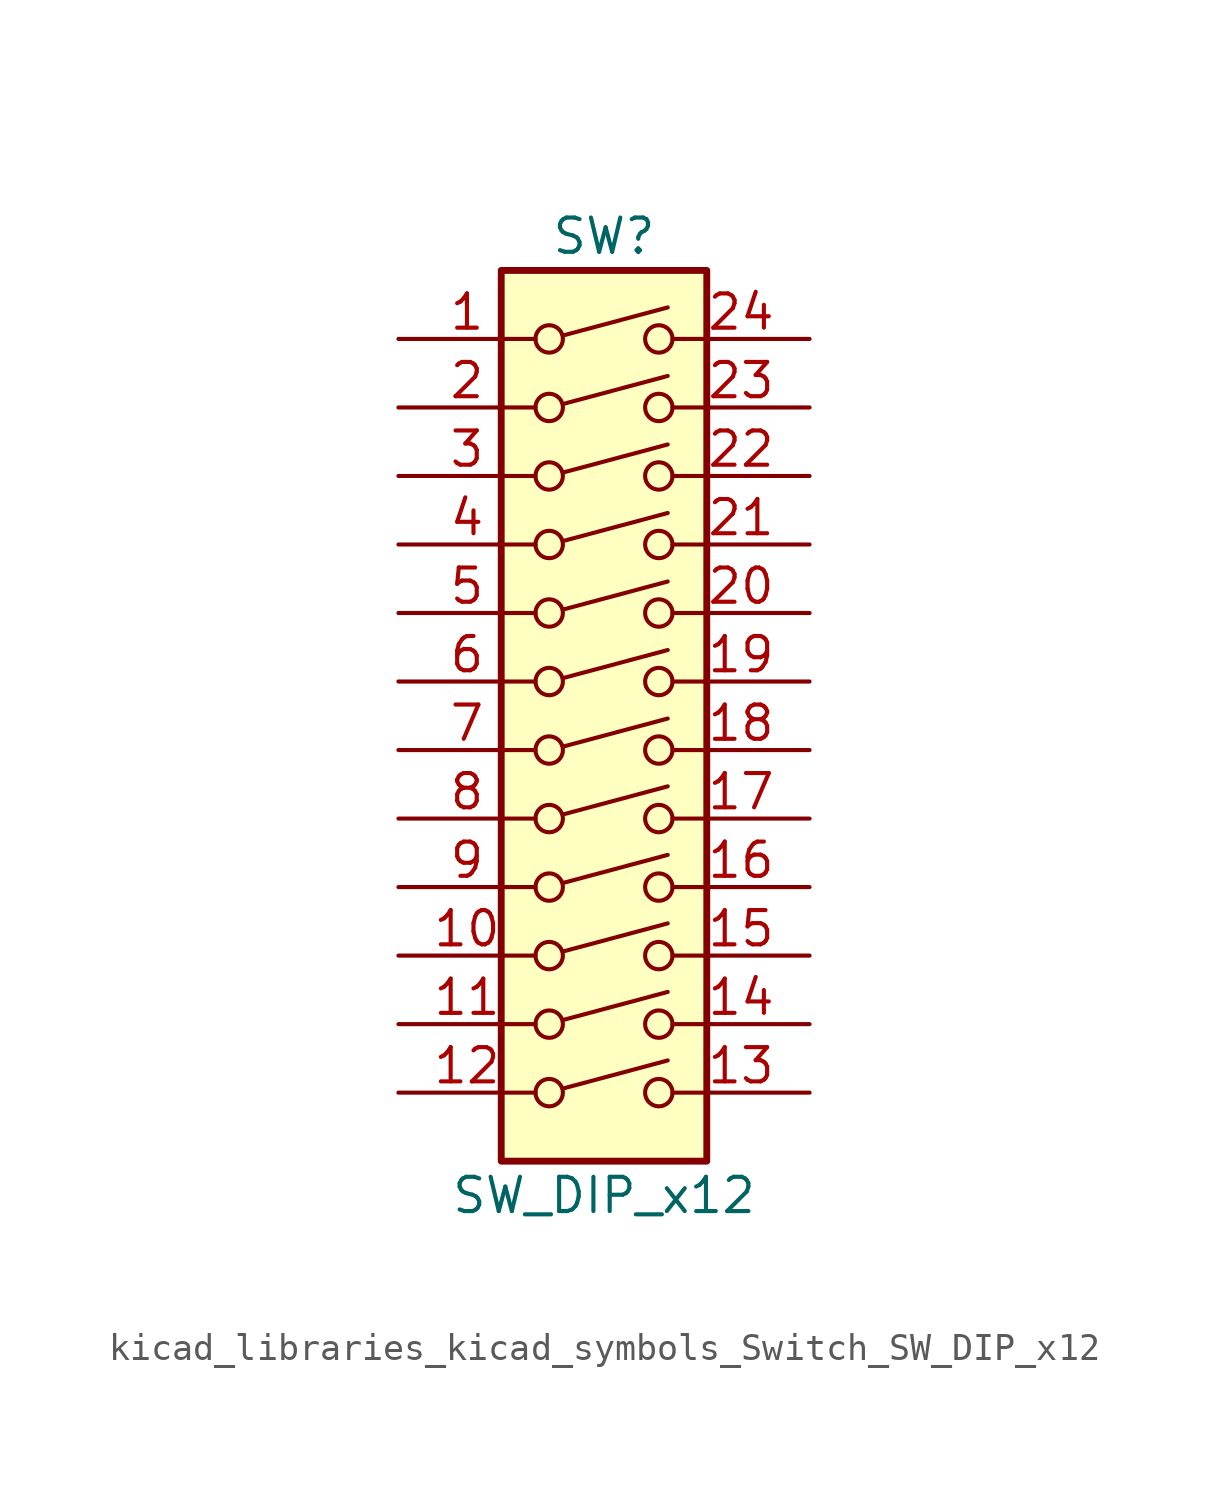
<source format=kicad_sym>
(kicad_symbol_lib
  (version 20220914)
  (generator kicad_symbol_editor)
  (symbol "kicad_libraries_kicad_symbols_Switch_SW_DIP_x12"
    (pin_names
      (offset 0) hide)
    (property "Reference" "SW"
      (at 0 19.05 0)
      (effects (font (size 1.27 1.27))))
    (property "Value" "SW_DIP_x12"
      (at 0 -16.51 0)
      (effects (font (size 1.27 1.27))))
    (symbol "kicad_libraries_kicad_symbols_Switch_SW_DIP_x12_0_0"
      (circle (center -2.032 -12.7) (radius 0.508) (stroke (width 0) (type default)) (fill (type none)))
      (circle (center -2.032 -10.16) (radius 0.508) (stroke (width 0) (type default)) (fill (type none)))
      (circle (center -2.032 -7.62) (radius 0.508) (stroke (width 0) (type default)) (fill (type none)))
      (circle (center -2.032 -5.08) (radius 0.508) (stroke (width 0) (type default)) (fill (type none)))
      (circle (center -2.032 -2.54) (radius 0.508) (stroke (width 0) (type default)) (fill (type none)))
      (circle (center -2.032 0) (radius 0.508) (stroke (width 0) (type default)) (fill (type none)))
      (circle (center -2.032 2.54) (radius 0.508) (stroke (width 0) (type default)) (fill (type none)))
      (circle (center -2.032 5.08) (radius 0.508) (stroke (width 0) (type default)) (fill (type none)))
      (circle (center -2.032 7.62) (radius 0.508) (stroke (width 0) (type default)) (fill (type none)))
      (circle (center -2.032 10.16) (radius 0.508) (stroke (width 0) (type default)) (fill (type none)))
      (circle (center -2.032 12.7) (radius 0.508) (stroke (width 0) (type default)) (fill (type none)))
      (circle (center -2.032 15.24) (radius 0.508) (stroke (width 0) (type default)) (fill (type none)))
      (polyline (pts (xy -1.524 -12.548) (xy 2.362 -11.506)) (stroke (width 0) (type default)) (fill (type none)))
      (polyline (pts (xy -1.524 -10.008) (xy 2.362 -8.966)) (stroke (width 0) (type default)) (fill (type none)))
      (polyline (pts (xy -1.524 -7.468) (xy 2.362 -6.426)) (stroke (width 0) (type default)) (fill (type none)))
      (polyline (pts (xy -1.524 -4.928) (xy 2.362 -3.886)) (stroke (width 0) (type default)) (fill (type none)))
      (polyline (pts (xy -1.524 -2.388) (xy 2.362 -1.346)) (stroke (width 0) (type default)) (fill (type none)))
      (polyline (pts (xy -1.524 0.127) (xy 2.362 1.168)) (stroke (width 0) (type default)) (fill (type none)))
      (polyline (pts (xy -1.524 2.667) (xy 2.362 3.708)) (stroke (width 0) (type default)) (fill (type none)))
      (polyline (pts (xy -1.524 5.207) (xy 2.362 6.248)) (stroke (width 0) (type default)) (fill (type none)))
      (polyline (pts (xy -1.524 7.747) (xy 2.362 8.788)) (stroke (width 0) (type default)) (fill (type none)))
      (polyline (pts (xy -1.524 10.287) (xy 2.362 11.328)) (stroke (width 0) (type default)) (fill (type none)))
      (polyline (pts (xy -1.524 12.827) (xy 2.362 13.868)) (stroke (width 0) (type default)) (fill (type none)))
      (polyline (pts (xy -1.524 15.367) (xy 2.362 16.408)) (stroke (width 0) (type default)) (fill (type none)))
      (circle (center 2.032 -12.7) (radius 0.508) (stroke (width 0) (type default)) (fill (type none)))
      (circle (center 2.032 -10.16) (radius 0.508) (stroke (width 0) (type default)) (fill (type none)))
      (circle (center 2.032 -7.62) (radius 0.508) (stroke (width 0) (type default)) (fill (type none)))
      (circle (center 2.032 -5.08) (radius 0.508) (stroke (width 0) (type default)) (fill (type none)))
      (circle (center 2.032 -2.54) (radius 0.508) (stroke (width 0) (type default)) (fill (type none)))
      (circle (center 2.032 0) (radius 0.508) (stroke (width 0) (type default)) (fill (type none)))
      (circle (center 2.032 2.54) (radius 0.508) (stroke (width 0) (type default)) (fill (type none)))
      (circle (center 2.032 5.08) (radius 0.508) (stroke (width 0) (type default)) (fill (type none)))
      (circle (center 2.032 7.62) (radius 0.508) (stroke (width 0) (type default)) (fill (type none)))
      (circle (center 2.032 10.16) (radius 0.508) (stroke (width 0) (type default)) (fill (type none)))
      (circle (center 2.032 12.7) (radius 0.508) (stroke (width 0) (type default)) (fill (type none)))
      (circle (center 2.032 15.24) (radius 0.508) (stroke (width 0) (type default)) (fill (type none))))
    (symbol "kicad_libraries_kicad_symbols_Switch_SW_DIP_x12_0_1"
      (rectangle (start -3.81 17.78) (end 3.81 -15.24) (stroke (width 0.254) (type default)) (fill (type background))))
    (symbol "kicad_libraries_kicad_symbols_Switch_SW_DIP_x12_1_1"
      (pin passive line (at -7.62 15.24 0) (length 5.08) (name "~" (effects (font (size 1.27 1.27)))) (number "1" (effects (font (size 1.27 1.27)))))
      (pin passive line (at -7.62 -7.62 0) (length 5.08) (name "~" (effects (font (size 1.27 1.27)))) (number "10" (effects (font (size 1.27 1.27)))))
      (pin passive line (at -7.62 -10.16 0) (length 5.08) (name "~" (effects (font (size 1.27 1.27)))) (number "11" (effects (font (size 1.27 1.27)))))
      (pin passive line (at -7.62 -12.7 0) (length 5.08) (name "~" (effects (font (size 1.27 1.27)))) (number "12" (effects (font (size 1.27 1.27)))))
      (pin passive line (at 7.62 -12.7 180) (length 5.08) (name "~" (effects (font (size 1.27 1.27)))) (number "13" (effects (font (size 1.27 1.27)))))
      (pin passive line (at 7.62 -10.16 180) (length 5.08) (name "~" (effects (font (size 1.27 1.27)))) (number "14" (effects (font (size 1.27 1.27)))))
      (pin passive line (at 7.62 -7.62 180) (length 5.08) (name "~" (effects (font (size 1.27 1.27)))) (number "15" (effects (font (size 1.27 1.27)))))
      (pin passive line (at 7.62 -5.08 180) (length 5.08) (name "~" (effects (font (size 1.27 1.27)))) (number "16" (effects (font (size 1.27 1.27)))))
      (pin passive line (at 7.62 -2.54 180) (length 5.08) (name "~" (effects (font (size 1.27 1.27)))) (number "17" (effects (font (size 1.27 1.27)))))
      (pin passive line (at 7.62 0 180) (length 5.08) (name "~" (effects (font (size 1.27 1.27)))) (number "18" (effects (font (size 1.27 1.27)))))
      (pin passive line (at 7.62 2.54 180) (length 5.08) (name "~" (effects (font (size 1.27 1.27)))) (number "19" (effects (font (size 1.27 1.27)))))
      (pin passive line (at -7.62 12.7 0) (length 5.08) (name "~" (effects (font (size 1.27 1.27)))) (number "2" (effects (font (size 1.27 1.27)))))
      (pin passive line (at 7.62 5.08 180) (length 5.08) (name "~" (effects (font (size 1.27 1.27)))) (number "20" (effects (font (size 1.27 1.27)))))
      (pin passive line (at 7.62 7.62 180) (length 5.08) (name "~" (effects (font (size 1.27 1.27)))) (number "21" (effects (font (size 1.27 1.27)))))
      (pin passive line (at 7.62 10.16 180) (length 5.08) (name "~" (effects (font (size 1.27 1.27)))) (number "22" (effects (font (size 1.27 1.27)))))
      (pin passive line (at 7.62 12.7 180) (length 5.08) (name "~" (effects (font (size 1.27 1.27)))) (number "23" (effects (font (size 1.27 1.27)))))
      (pin passive line (at 7.62 15.24 180) (length 5.08) (name "~" (effects (font (size 1.27 1.27)))) (number "24" (effects (font (size 1.27 1.27)))))
      (pin passive line (at -7.62 10.16 0) (length 5.08) (name "~" (effects (font (size 1.27 1.27)))) (number "3" (effects (font (size 1.27 1.27)))))
      (pin passive line (at -7.62 7.62 0) (length 5.08) (name "~" (effects (font (size 1.27 1.27)))) (number "4" (effects (font (size 1.27 1.27)))))
      (pin passive line (at -7.62 5.08 0) (length 5.08) (name "~" (effects (font (size 1.27 1.27)))) (number "5" (effects (font (size 1.27 1.27)))))
      (pin passive line (at -7.62 2.54 0) (length 5.08) (name "~" (effects (font (size 1.27 1.27)))) (number "6" (effects (font (size 1.27 1.27)))))
      (pin passive line (at -7.62 0 0) (length 5.08) (name "~" (effects (font (size 1.27 1.27)))) (number "7" (effects (font (size 1.27 1.27)))))
      (pin passive line (at -7.62 -2.54 0) (length 5.08) (name "~" (effects (font (size 1.27 1.27)))) (number "8" (effects (font (size 1.27 1.27)))))
      (pin passive line (at -7.62 -5.08 0) (length 5.08) (name "~" (effects (font (size 1.27 1.27)))) (number "9" (effects (font (size 1.27 1.27))))))))
</source>
